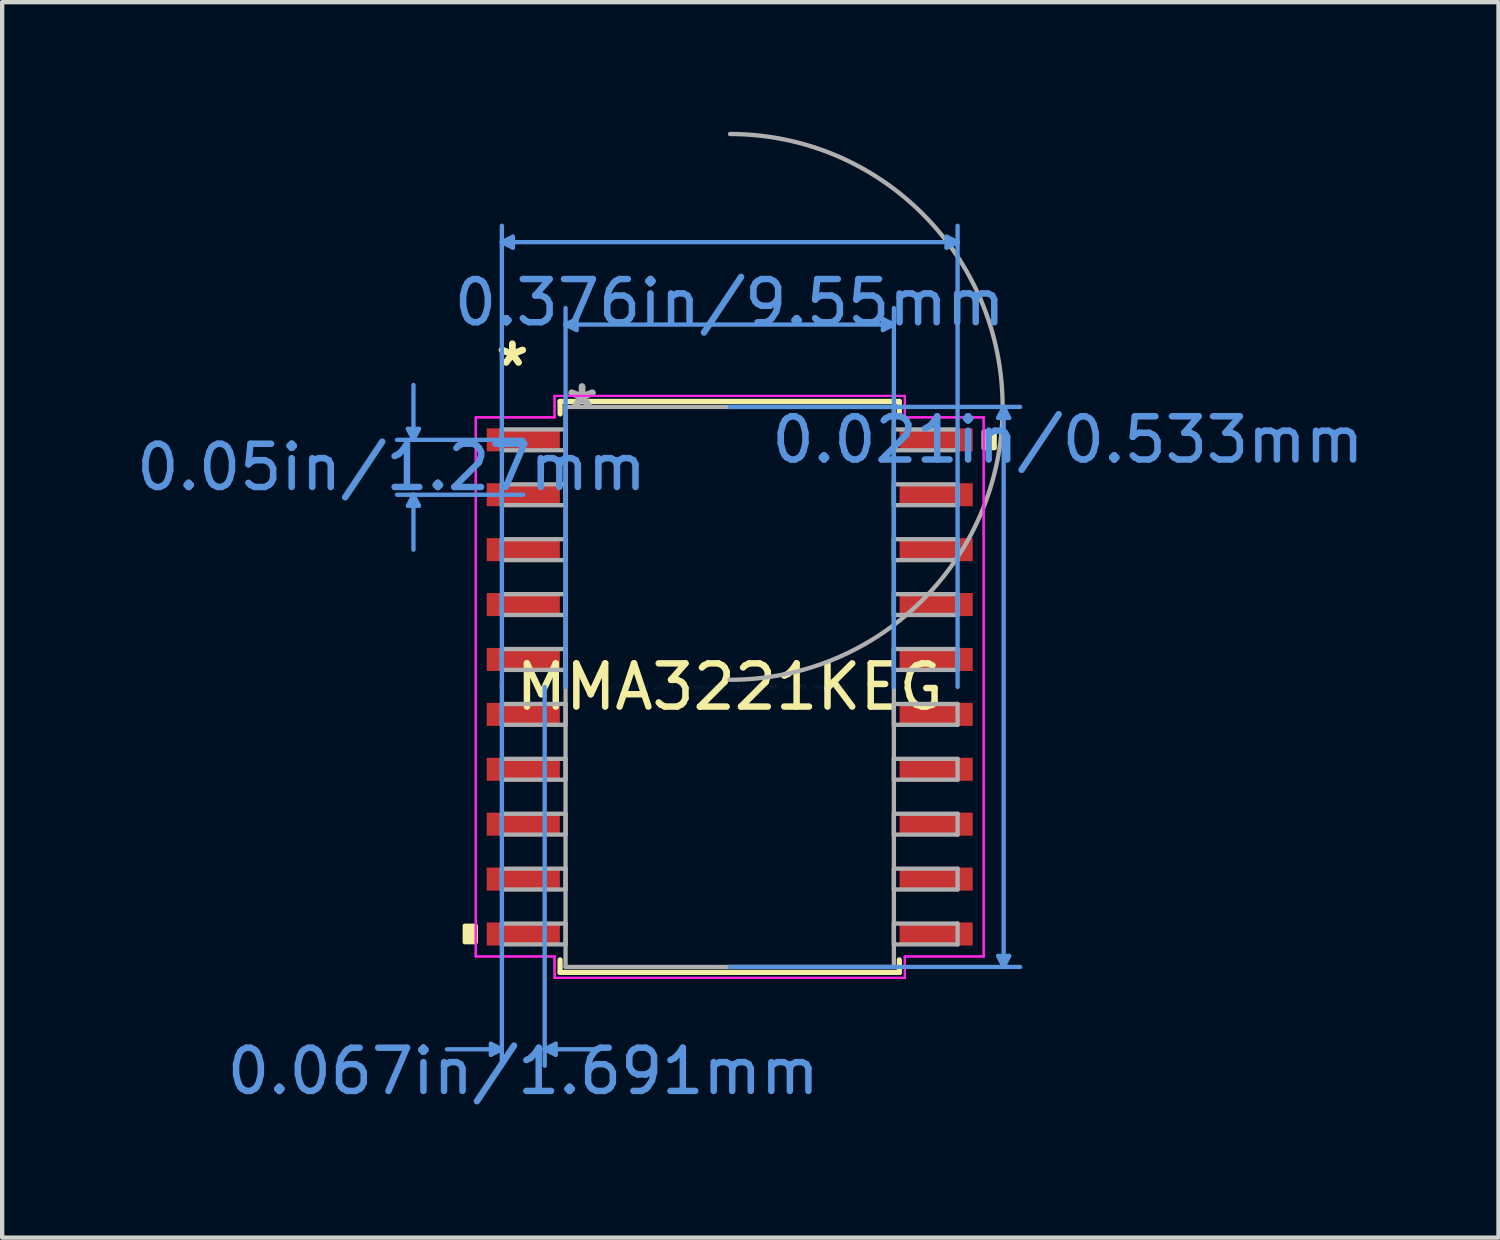
<source format=kicad_pcb>
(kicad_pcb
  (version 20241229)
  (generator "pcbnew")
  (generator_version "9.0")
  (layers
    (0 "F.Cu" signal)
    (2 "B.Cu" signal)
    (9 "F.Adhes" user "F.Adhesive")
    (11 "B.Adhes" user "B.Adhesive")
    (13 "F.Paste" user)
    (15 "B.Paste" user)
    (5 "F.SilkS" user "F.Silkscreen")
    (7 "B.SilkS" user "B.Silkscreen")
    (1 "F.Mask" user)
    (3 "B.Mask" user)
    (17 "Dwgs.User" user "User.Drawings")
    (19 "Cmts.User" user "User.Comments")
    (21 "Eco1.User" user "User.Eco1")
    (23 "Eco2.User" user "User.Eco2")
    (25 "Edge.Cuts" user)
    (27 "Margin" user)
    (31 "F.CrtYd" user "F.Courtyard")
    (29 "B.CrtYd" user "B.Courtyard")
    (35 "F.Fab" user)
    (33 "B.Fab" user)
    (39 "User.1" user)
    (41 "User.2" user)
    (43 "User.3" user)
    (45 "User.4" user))
  (footprint "MMA3221KEG"
    (layer "F.Cu")
    (at 13.829 12.839)
    (property "Reference" "MMA3221KEG" (at 0 0 0) (layer "F.SilkS") (effects (font (size 1 1) (thickness 0.15))))
    (attr through_hole)
    (fp_line (start -3.924 -6.604) (end -3.924 -6.314) (stroke (width 0.12) (type solid)) (layer "F.SilkS"))
    (fp_line (start -3.924 6.314) (end -3.924 6.604) (stroke (width 0.12) (type solid)) (layer "F.SilkS"))
    (fp_line (start -3.924 6.604) (end 3.924 6.604) (stroke (width 0.12) (type solid)) (layer "F.SilkS"))
    (fp_line (start 3.924 -6.604) (end -3.924 -6.604) (stroke (width 0.12) (type solid)) (layer "F.SilkS"))
    (fp_line (start 3.924 -6.314) (end 3.924 -6.604) (stroke (width 0.12) (type solid)) (layer "F.SilkS"))
    (fp_line (start 3.924 6.604) (end 3.924 6.314) (stroke (width 0.12) (type solid)) (layer "F.SilkS"))
    (fp_poly (pts (xy -6.128 5.524) (xy -6.128 5.905) (xy -5.874 5.905) (xy -5.874 5.524)) (stroke (width 0.1) (type solid)) (fill yes) (layer "F.SilkS"))
    (fp_poly (pts (xy 6.128 -5.905) (xy 6.128 -5.524) (xy 5.874 -5.524) (xy 5.874 -5.905)) (stroke (width 0.1) (type solid)) (fill yes) (layer "F.SilkS"))
    (fp_line (start -7.442 -5.969) (end -7.188 -5.969) (stroke (width 0.1) (type solid)) (layer "Cmts.User"))
    (fp_line (start -7.442 -4.191) (end -7.188 -4.191) (stroke (width 0.1) (type solid)) (layer "Cmts.User"))
    (fp_line (start -7.315 -5.715) (end -7.442 -5.969) (stroke (width 0.1) (type solid)) (layer "Cmts.User"))
    (fp_line (start -7.315 -5.715) (end -7.315 -6.985) (stroke (width 0.1) (type solid)) (layer "Cmts.User"))
    (fp_line (start -7.315 -5.715) (end -7.188 -5.969) (stroke (width 0.1) (type solid)) (layer "Cmts.User"))
    (fp_line (start -7.315 -4.445) (end -7.442 -4.191) (stroke (width 0.1) (type solid)) (layer "Cmts.User"))
    (fp_line (start -7.315 -4.445) (end -7.315 -3.175) (stroke (width 0.1) (type solid)) (layer "Cmts.User"))
    (fp_line (start -7.315 -4.445) (end -7.188 -4.191) (stroke (width 0.1) (type solid)) (layer "Cmts.User"))
    (fp_line (start -5.524 8.255) (end -5.524 8.509) (stroke (width 0.1) (type solid)) (layer "Cmts.User"))
    (fp_line (start -5.271 -10.287) (end -5.016 -10.414) (stroke (width 0.1) (type solid)) (layer "Cmts.User"))
    (fp_line (start -5.271 -10.287) (end -5.016 -10.16) (stroke (width 0.1) (type solid)) (layer "Cmts.User"))
    (fp_line (start -5.271 -10.287) (end 5.271 -10.287) (stroke (width 0.1) (type solid)) (layer "Cmts.User"))
    (fp_line (start -5.271 0) (end -5.271 -10.668) (stroke (width 0.1) (type solid)) (layer "Cmts.User"))
    (fp_line (start -5.271 0) (end -5.271 8.763) (stroke (width 0.1) (type solid)) (layer "Cmts.User"))
    (fp_line (start -5.271 8.382) (end -6.54 8.382) (stroke (width 0.1) (type solid)) (layer "Cmts.User"))
    (fp_line (start -5.271 8.382) (end -5.524 8.255) (stroke (width 0.1) (type solid)) (layer "Cmts.User"))
    (fp_line (start -5.271 8.382) (end -5.524 8.509) (stroke (width 0.1) (type solid)) (layer "Cmts.User"))
    (fp_line (start -5.016 -10.414) (end -5.016 -10.16) (stroke (width 0.1) (type solid)) (layer "Cmts.User"))
    (fp_line (start -4.775 -5.715) (end -7.696 -5.715) (stroke (width 0.1) (type solid)) (layer "Cmts.User"))
    (fp_line (start -4.775 -4.445) (end -7.696 -4.445) (stroke (width 0.1) (type solid)) (layer "Cmts.User"))
    (fp_line (start -4.28 0) (end -4.28 8.763) (stroke (width 0.1) (type solid)) (layer "Cmts.User"))
    (fp_line (start -4.28 8.382) (end -4.026 8.255) (stroke (width 0.1) (type solid)) (layer "Cmts.User"))
    (fp_line (start -4.28 8.382) (end -4.026 8.509) (stroke (width 0.1) (type solid)) (layer "Cmts.User"))
    (fp_line (start -4.28 8.382) (end -3.01 8.382) (stroke (width 0.1) (type solid)) (layer "Cmts.User"))
    (fp_line (start -4.026 8.255) (end -4.026 8.509) (stroke (width 0.1) (type solid)) (layer "Cmts.User"))
    (fp_line (start -3.797 -8.382) (end -3.543 -8.509) (stroke (width 0.1) (type solid)) (layer "Cmts.User"))
    (fp_line (start -3.797 -8.382) (end -3.543 -8.255) (stroke (width 0.1) (type solid)) (layer "Cmts.User"))
    (fp_line (start -3.797 -8.382) (end 3.797 -8.382) (stroke (width 0.1) (type solid)) (layer "Cmts.User"))
    (fp_line (start -3.797 0) (end -3.797 -8.763) (stroke (width 0.1) (type solid)) (layer "Cmts.User"))
    (fp_line (start -3.543 -8.509) (end -3.543 -8.255) (stroke (width 0.1) (type solid)) (layer "Cmts.User"))
    (fp_line (start 0 -6.477) (end 6.718 -6.477) (stroke (width 0.1) (type solid)) (layer "Cmts.User"))
    (fp_line (start 0 6.477) (end 6.718 6.477) (stroke (width 0.1) (type solid)) (layer "Cmts.User"))
    (fp_line (start 3.543 -8.509) (end 3.543 -8.255) (stroke (width 0.1) (type solid)) (layer "Cmts.User"))
    (fp_line (start 3.797 -8.382) (end 3.543 -8.509) (stroke (width 0.1) (type solid)) (layer "Cmts.User"))
    (fp_line (start 3.797 -8.382) (end 3.543 -8.255) (stroke (width 0.1) (type solid)) (layer "Cmts.User"))
    (fp_line (start 3.797 0) (end 3.797 -8.763) (stroke (width 0.1) (type solid)) (layer "Cmts.User"))
    (fp_line (start 5.016 -10.414) (end 5.016 -10.16) (stroke (width 0.1) (type solid)) (layer "Cmts.User"))
    (fp_line (start 5.271 -10.287) (end 5.016 -10.414) (stroke (width 0.1) (type solid)) (layer "Cmts.User"))
    (fp_line (start 5.271 -10.287) (end 5.016 -10.16) (stroke (width 0.1) (type solid)) (layer "Cmts.User"))
    (fp_line (start 5.271 0) (end 5.271 -10.668) (stroke (width 0.1) (type solid)) (layer "Cmts.User"))
    (fp_line (start 6.21 -6.223) (end 6.464 -6.223) (stroke (width 0.1) (type solid)) (layer "Cmts.User"))
    (fp_line (start 6.21 6.223) (end 6.464 6.223) (stroke (width 0.1) (type solid)) (layer "Cmts.User"))
    (fp_line (start 6.337 -6.477) (end 6.21 -6.223) (stroke (width 0.1) (type solid)) (layer "Cmts.User"))
    (fp_line (start 6.337 -6.477) (end 6.337 6.477) (stroke (width 0.1) (type solid)) (layer "Cmts.User"))
    (fp_line (start 6.337 -6.477) (end 6.464 -6.223) (stroke (width 0.1) (type solid)) (layer "Cmts.User"))
    (fp_line (start 6.337 6.477) (end 6.21 6.223) (stroke (width 0.1) (type solid)) (layer "Cmts.User"))
    (fp_line (start 6.337 6.477) (end 6.464 6.223) (stroke (width 0.1) (type solid)) (layer "Cmts.User"))
    (fp_line (start -5.874 -6.235) (end -4.051 -6.235) (stroke (width 0.05) (type solid)) (layer "F.CrtYd"))
    (fp_line (start -5.874 -6.235) (end -4.051 -6.235) (stroke (width 0.05) (type solid)) (layer "F.CrtYd"))
    (fp_line (start -5.874 6.235) (end -5.874 -6.235) (stroke (width 0.05) (type solid)) (layer "F.CrtYd"))
    (fp_line (start -5.874 6.235) (end -5.874 -6.235) (stroke (width 0.05) (type solid)) (layer "F.CrtYd"))
    (fp_line (start -5.874 6.235) (end -4.051 6.235) (stroke (width 0.05) (type solid)) (layer "F.CrtYd"))
    (fp_line (start -4.051 -6.731) (end 4.051 -6.731) (stroke (width 0.05) (type solid)) (layer "F.CrtYd"))
    (fp_line (start -4.051 -6.731) (end 4.051 -6.731) (stroke (width 0.05) (type solid)) (layer "F.CrtYd"))
    (fp_line (start -4.051 -6.235) (end -4.051 -6.731) (stroke (width 0.05) (type solid)) (layer "F.CrtYd"))
    (fp_line (start -4.051 -6.235) (end -4.051 -6.731) (stroke (width 0.05) (type solid)) (layer "F.CrtYd"))
    (fp_line (start -4.051 6.235) (end -5.874 6.235) (stroke (width 0.05) (type solid)) (layer "F.CrtYd"))
    (fp_line (start -4.051 6.731) (end -4.051 6.235) (stroke (width 0.05) (type solid)) (layer "F.CrtYd"))
    (fp_line (start -4.051 6.731) (end -4.051 6.235) (stroke (width 0.05) (type solid)) (layer "F.CrtYd"))
    (fp_line (start 4.051 -6.731) (end 4.051 -6.235) (stroke (width 0.05) (type solid)) (layer "F.CrtYd"))
    (fp_line (start 4.051 -6.731) (end 4.051 -6.235) (stroke (width 0.05) (type solid)) (layer "F.CrtYd"))
    (fp_line (start 4.051 -6.235) (end 5.874 -6.235) (stroke (width 0.05) (type solid)) (layer "F.CrtYd"))
    (fp_line (start 4.051 6.235) (end 4.051 6.731) (stroke (width 0.05) (type solid)) (layer "F.CrtYd"))
    (fp_line (start 4.051 6.235) (end 4.051 6.731) (stroke (width 0.05) (type solid)) (layer "F.CrtYd"))
    (fp_line (start 4.051 6.731) (end -4.051 6.731) (stroke (width 0.05) (type solid)) (layer "F.CrtYd"))
    (fp_line (start 4.051 6.731) (end -4.051 6.731) (stroke (width 0.05) (type solid)) (layer "F.CrtYd"))
    (fp_line (start 5.874 -6.235) (end 4.051 -6.235) (stroke (width 0.05) (type solid)) (layer "F.CrtYd"))
    (fp_line (start 5.874 -6.235) (end 5.874 6.235) (stroke (width 0.05) (type solid)) (layer "F.CrtYd"))
    (fp_line (start 5.874 -6.235) (end 5.874 6.235) (stroke (width 0.05) (type solid)) (layer "F.CrtYd"))
    (fp_line (start 5.874 6.235) (end 4.051 6.235) (stroke (width 0.05) (type solid)) (layer "F.CrtYd"))
    (fp_line (start 5.874 6.235) (end 4.051 6.235) (stroke (width 0.05) (type solid)) (layer "F.CrtYd"))
    (fp_line (start -5.271 -5.956) (end -5.271 -5.474) (stroke (width 0.1) (type solid)) (layer "F.Fab"))
    (fp_line (start -5.271 -5.474) (end -3.797 -5.474) (stroke (width 0.1) (type solid)) (layer "F.Fab"))
    (fp_line (start -5.271 -4.686) (end -5.271 -4.204) (stroke (width 0.1) (type solid)) (layer "F.Fab"))
    (fp_line (start -5.271 -4.204) (end -3.797 -4.204) (stroke (width 0.1) (type solid)) (layer "F.Fab"))
    (fp_line (start -5.271 -3.416) (end -5.271 -2.934) (stroke (width 0.1) (type solid)) (layer "F.Fab"))
    (fp_line (start -5.271 -2.934) (end -3.797 -2.934) (stroke (width 0.1) (type solid)) (layer "F.Fab"))
    (fp_line (start -5.271 -2.146) (end -5.271 -1.664) (stroke (width 0.1) (type solid)) (layer "F.Fab"))
    (fp_line (start -5.271 -1.664) (end -3.797 -1.664) (stroke (width 0.1) (type solid)) (layer "F.Fab"))
    (fp_line (start -5.271 -0.876) (end -5.271 -0.394) (stroke (width 0.1) (type solid)) (layer "F.Fab"))
    (fp_line (start -5.271 -0.394) (end -3.797 -0.394) (stroke (width 0.1) (type solid)) (layer "F.Fab"))
    (fp_line (start -5.271 0.394) (end -5.271 0.876) (stroke (width 0.1) (type solid)) (layer "F.Fab"))
    (fp_line (start -5.271 0.876) (end -3.797 0.876) (stroke (width 0.1) (type solid)) (layer "F.Fab"))
    (fp_line (start -5.271 1.664) (end -5.271 2.146) (stroke (width 0.1) (type solid)) (layer "F.Fab"))
    (fp_line (start -5.271 2.146) (end -3.797 2.146) (stroke (width 0.1) (type solid)) (layer "F.Fab"))
    (fp_line (start -5.271 2.934) (end -5.271 3.416) (stroke (width 0.1) (type solid)) (layer "F.Fab"))
    (fp_line (start -5.271 3.416) (end -3.797 3.416) (stroke (width 0.1) (type solid)) (layer "F.Fab"))
    (fp_line (start -5.271 4.204) (end -5.271 4.686) (stroke (width 0.1) (type solid)) (layer "F.Fab"))
    (fp_line (start -5.271 4.686) (end -3.797 4.686) (stroke (width 0.1) (type solid)) (layer "F.Fab"))
    (fp_line (start -5.271 5.474) (end -5.271 5.956) (stroke (width 0.1) (type solid)) (layer "F.Fab"))
    (fp_line (start -5.271 5.956) (end -3.797 5.956) (stroke (width 0.1) (type solid)) (layer "F.Fab"))
    (fp_line (start -3.797 -6.477) (end -3.797 6.477) (stroke (width 0.1) (type solid)) (layer "F.Fab"))
    (fp_line (start -3.797 -5.956) (end -5.271 -5.956) (stroke (width 0.1) (type solid)) (layer "F.Fab"))
    (fp_line (start -3.797 -5.474) (end -3.797 -5.956) (stroke (width 0.1) (type solid)) (layer "F.Fab"))
    (fp_line (start -3.797 -4.686) (end -5.271 -4.686) (stroke (width 0.1) (type solid)) (layer "F.Fab"))
    (fp_line (start -3.797 -4.204) (end -3.797 -4.686) (stroke (width 0.1) (type solid)) (layer "F.Fab"))
    (fp_line (start -3.797 -3.416) (end -5.271 -3.416) (stroke (width 0.1) (type solid)) (layer "F.Fab"))
    (fp_line (start -3.797 -2.934) (end -3.797 -3.416) (stroke (width 0.1) (type solid)) (layer "F.Fab"))
    (fp_line (start -3.797 -2.146) (end -5.271 -2.146) (stroke (width 0.1) (type solid)) (layer "F.Fab"))
    (fp_line (start -3.797 -1.664) (end -3.797 -2.146) (stroke (width 0.1) (type solid)) (layer "F.Fab"))
    (fp_line (start -3.797 -0.876) (end -5.271 -0.876) (stroke (width 0.1) (type solid)) (layer "F.Fab"))
    (fp_line (start -3.797 -0.394) (end -3.797 -0.876) (stroke (width 0.1) (type solid)) (layer "F.Fab"))
    (fp_line (start -3.797 0.394) (end -5.271 0.394) (stroke (width 0.1) (type solid)) (layer "F.Fab"))
    (fp_line (start -3.797 0.876) (end -3.797 0.394) (stroke (width 0.1) (type solid)) (layer "F.Fab"))
    (fp_line (start -3.797 1.664) (end -5.271 1.664) (stroke (width 0.1) (type solid)) (layer "F.Fab"))
    (fp_line (start -3.797 2.146) (end -3.797 1.664) (stroke (width 0.1) (type solid)) (layer "F.Fab"))
    (fp_line (start -3.797 2.934) (end -5.271 2.934) (stroke (width 0.1) (type solid)) (layer "F.Fab"))
    (fp_line (start -3.797 3.416) (end -3.797 2.934) (stroke (width 0.1) (type solid)) (layer "F.Fab"))
    (fp_line (start -3.797 4.204) (end -5.271 4.204) (stroke (width 0.1) (type solid)) (layer "F.Fab"))
    (fp_line (start -3.797 4.686) (end -3.797 4.204) (stroke (width 0.1) (type solid)) (layer "F.Fab"))
    (fp_line (start -3.797 5.474) (end -5.271 5.474) (stroke (width 0.1) (type solid)) (layer "F.Fab"))
    (fp_line (start -3.797 5.956) (end -3.797 5.474) (stroke (width 0.1) (type solid)) (layer "F.Fab"))
    (fp_line (start -3.797 6.477) (end 3.797 6.477) (stroke (width 0.1) (type solid)) (layer "F.Fab"))
    (fp_line (start 3.797 -6.477) (end -3.797 -6.477) (stroke (width 0.1) (type solid)) (layer "F.Fab"))
    (fp_line (start 3.797 -5.956) (end 3.797 -5.474) (stroke (width 0.1) (type solid)) (layer "F.Fab"))
    (fp_line (start 3.797 -5.474) (end 5.271 -5.474) (stroke (width 0.1) (type solid)) (layer "F.Fab"))
    (fp_line (start 3.797 -4.686) (end 3.797 -4.204) (stroke (width 0.1) (type solid)) (layer "F.Fab"))
    (fp_line (start 3.797 -4.204) (end 5.271 -4.204) (stroke (width 0.1) (type solid)) (layer "F.Fab"))
    (fp_line (start 3.797 -3.416) (end 3.797 -2.934) (stroke (width 0.1) (type solid)) (layer "F.Fab"))
    (fp_line (start 3.797 -2.934) (end 5.271 -2.934) (stroke (width 0.1) (type solid)) (layer "F.Fab"))
    (fp_line (start 3.797 -2.146) (end 3.797 -1.664) (stroke (width 0.1) (type solid)) (layer "F.Fab"))
    (fp_line (start 3.797 -1.664) (end 5.271 -1.664) (stroke (width 0.1) (type solid)) (layer "F.Fab"))
    (fp_line (start 3.797 -0.876) (end 3.797 -0.394) (stroke (width 0.1) (type solid)) (layer "F.Fab"))
    (fp_line (start 3.797 -0.394) (end 5.271 -0.394) (stroke (width 0.1) (type solid)) (layer "F.Fab"))
    (fp_line (start 3.797 0.394) (end 3.797 0.876) (stroke (width 0.1) (type solid)) (layer "F.Fab"))
    (fp_line (start 3.797 0.876) (end 5.271 0.876) (stroke (width 0.1) (type solid)) (layer "F.Fab"))
    (fp_line (start 3.797 1.664) (end 3.797 2.146) (stroke (width 0.1) (type solid)) (layer "F.Fab"))
    (fp_line (start 3.797 2.146) (end 5.271 2.146) (stroke (width 0.1) (type solid)) (layer "F.Fab"))
    (fp_line (start 3.797 2.934) (end 3.797 3.416) (stroke (width 0.1) (type solid)) (layer "F.Fab"))
    (fp_line (start 3.797 3.416) (end 5.271 3.416) (stroke (width 0.1) (type solid)) (layer "F.Fab"))
    (fp_line (start 3.797 4.204) (end 3.797 4.686) (stroke (width 0.1) (type solid)) (layer "F.Fab"))
    (fp_line (start 3.797 4.686) (end 5.271 4.686) (stroke (width 0.1) (type solid)) (layer "F.Fab"))
    (fp_line (start 3.797 5.474) (end 3.797 5.956) (stroke (width 0.1) (type solid)) (layer "F.Fab"))
    (fp_line (start 3.797 5.956) (end 5.271 5.956) (stroke (width 0.1) (type solid)) (layer "F.Fab"))
    (fp_line (start 3.797 6.477) (end 3.797 -6.477) (stroke (width 0.1) (type solid)) (layer "F.Fab"))
    (fp_line (start 5.271 -5.956) (end 3.797 -5.956) (stroke (width 0.1) (type solid)) (layer "F.Fab"))
    (fp_line (start 5.271 -5.474) (end 5.271 -5.956) (stroke (width 0.1) (type solid)) (layer "F.Fab"))
    (fp_line (start 5.271 -4.686) (end 3.797 -4.686) (stroke (width 0.1) (type solid)) (layer "F.Fab"))
    (fp_line (start 5.271 -4.204) (end 5.271 -4.686) (stroke (width 0.1) (type solid)) (layer "F.Fab"))
    (fp_line (start 5.271 -3.416) (end 3.797 -3.416) (stroke (width 0.1) (type solid)) (layer "F.Fab"))
    (fp_line (start 5.271 -2.934) (end 5.271 -3.416) (stroke (width 0.1) (type solid)) (layer "F.Fab"))
    (fp_line (start 5.271 -2.146) (end 3.797 -2.146) (stroke (width 0.1) (type solid)) (layer "F.Fab"))
    (fp_line (start 5.271 -1.664) (end 5.271 -2.146) (stroke (width 0.1) (type solid)) (layer "F.Fab"))
    (fp_line (start 5.271 -0.876) (end 3.797 -0.876) (stroke (width 0.1) (type solid)) (layer "F.Fab"))
    (fp_line (start 5.271 -0.394) (end 5.271 -0.876) (stroke (width 0.1) (type solid)) (layer "F.Fab"))
    (fp_line (start 5.271 0.394) (end 3.797 0.394) (stroke (width 0.1) (type solid)) (layer "F.Fab"))
    (fp_line (start 5.271 0.876) (end 5.271 0.394) (stroke (width 0.1) (type solid)) (layer "F.Fab"))
    (fp_line (start 5.271 1.664) (end 3.797 1.664) (stroke (width 0.1) (type solid)) (layer "F.Fab"))
    (fp_line (start 5.271 2.146) (end 5.271 1.664) (stroke (width 0.1) (type solid)) (layer "F.Fab"))
    (fp_line (start 5.271 2.934) (end 3.797 2.934) (stroke (width 0.1) (type solid)) (layer "F.Fab"))
    (fp_line (start 5.271 3.416) (end 5.271 2.934) (stroke (width 0.1) (type solid)) (layer "F.Fab"))
    (fp_line (start 5.271 4.204) (end 3.797 4.204) (stroke (width 0.1) (type solid)) (layer "F.Fab"))
    (fp_line (start 5.271 4.686) (end 5.271 4.204) (stroke (width 0.1) (type solid)) (layer "F.Fab"))
    (fp_line (start 5.271 5.474) (end 3.797 5.474) (stroke (width 0.1) (type solid)) (layer "F.Fab"))
    (fp_line (start 5.271 5.956) (end 5.271 5.474) (stroke (width 0.1) (type solid)) (layer "F.Fab"))
    (fp_arc (start 0.007742 -12.789484) (mid 6.312484 -6.469258) (end -0.007742 -0.164516) (stroke (width 0.1) (type solid)) (layer "F.Fab"))
    (fp_text user "*" (at -5.029 -7.391 0) (layer "F.SilkS") (effects (font (size 1 1) (thickness 0.15))))
    (fp_text user "*" (at -5.029 -7.391 0) (layer "F.SilkS") (effects (font (size 1 1) (thickness 0.15))))
    (fp_text user "0.067in/1.691mm" (at -4.775 8.89 0) (layer "Cmts.User") (effects (font (size 1 1) (thickness 0.15))))
    (fp_text user "0.05in/1.27mm" (at -7.823 -5.08 0) (layer "Cmts.User") (effects (font (size 1 1) (thickness 0.15))))
    (fp_text user "0.021in/0.533mm" (at 7.823 -5.715 0) (layer "Cmts.User") (effects (font (size 1 1) (thickness 0.15))))
    (fp_text user "Copyright 2021 Accelerated Designs. All rights reserved." (at 0 0 0) (layer "Cmts.User") (effects (font (size 0.127 0.127) (thickness 0.002))))
    (fp_text user "0.376in/9.55mm" (at 0 -8.89 0) (layer "Cmts.User") (effects (font (size 1 1) (thickness 0.15))))
    (fp_text user "*" (at -3.416 -6.401 0) (layer "F.Fab") (effects (font (size 1 1) (thickness 0.15))))
    (fp_text user "*" (at -3.416 -6.401 0) (layer "F.Fab") (effects (font (size 1 1) (thickness 0.15))))
    (pad "1" smd rect (at -4.775 -5.715) (size 1.691 0.533) (layers "F.Cu" "F.Mask" "F.Paste"))
    (pad "2" smd rect (at -4.775 -4.445) (size 1.691 0.533) (layers "F.Cu" "F.Mask" "F.Paste"))
    (pad "3" smd rect (at -4.775 -3.175) (size 1.691 0.533) (layers "F.Cu" "F.Mask" "F.Paste"))
    (pad "4" smd rect (at -4.775 -1.905) (size 1.691 0.533) (layers "F.Cu" "F.Mask" "F.Paste"))
    (pad "5" smd rect (at -4.775 -0.635) (size 1.691 0.533) (layers "F.Cu" "F.Mask" "F.Paste"))
    (pad "6" smd rect (at -4.775 0.635) (size 1.691 0.533) (layers "F.Cu" "F.Mask" "F.Paste"))
    (pad "7" smd rect (at -4.775 1.905) (size 1.691 0.533) (layers "F.Cu" "F.Mask" "F.Paste"))
    (pad "8" smd rect (at -4.775 3.175) (size 1.691 0.533) (layers "F.Cu" "F.Mask" "F.Paste"))
    (pad "9" smd rect (at -4.775 4.445) (size 1.691 0.533) (layers "F.Cu" "F.Mask" "F.Paste"))
    (pad "10" smd rect (at -4.775 5.715) (size 1.691 0.533) (layers "F.Cu" "F.Mask" "F.Paste"))
    (pad "11" smd rect (at 4.775 5.715) (size 1.691 0.533) (layers "F.Cu" "F.Mask" "F.Paste"))
    (pad "12" smd rect (at 4.775 4.445) (size 1.691 0.533) (layers "F.Cu" "F.Mask" "F.Paste"))
    (pad "13" smd rect (at 4.775 3.175) (size 1.691 0.533) (layers "F.Cu" "F.Mask" "F.Paste"))
    (pad "14" smd rect (at 4.775 1.905) (size 1.691 0.533) (layers "F.Cu" "F.Mask" "F.Paste"))
    (pad "15" smd rect (at 4.775 0.635) (size 1.691 0.533) (layers "F.Cu" "F.Mask" "F.Paste"))
    (pad "16" smd rect (at 4.775 -0.635) (size 1.691 0.533) (layers "F.Cu" "F.Mask" "F.Paste"))
    (pad "17" smd rect (at 4.775 -1.905) (size 1.691 0.533) (layers "F.Cu" "F.Mask" "F.Paste"))
    (pad "18" smd rect (at 4.775 -3.175) (size 1.691 0.533) (layers "F.Cu" "F.Mask" "F.Paste"))
    (pad "19" smd rect (at 4.775 -4.445) (size 1.691 0.533) (layers "F.Cu" "F.Mask" "F.Paste"))
    (pad "20" smd rect (at 4.775 -5.715) (size 1.691 0.533) (layers "F.Cu" "F.Mask" "F.Paste")))
  (gr_rect
    (start -3 -3)
    (end 31.611 25.578)
    (stroke (width 0.1) (type default))
    (fill no)
    (layer "Edge.Cuts")))
</source>
